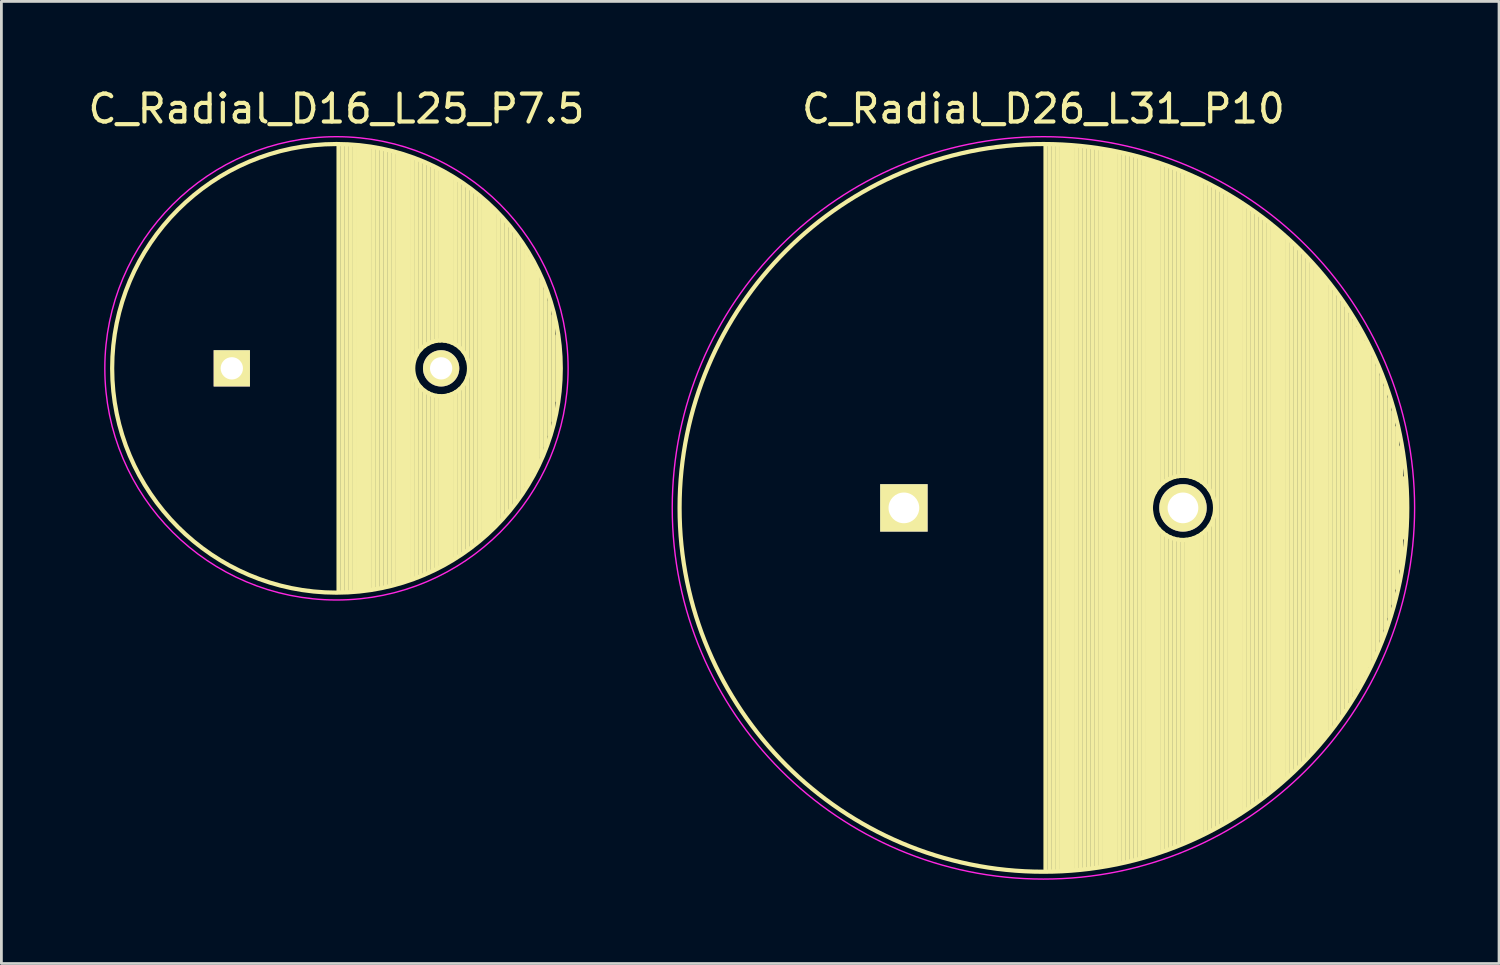
<source format=kicad_pcb>
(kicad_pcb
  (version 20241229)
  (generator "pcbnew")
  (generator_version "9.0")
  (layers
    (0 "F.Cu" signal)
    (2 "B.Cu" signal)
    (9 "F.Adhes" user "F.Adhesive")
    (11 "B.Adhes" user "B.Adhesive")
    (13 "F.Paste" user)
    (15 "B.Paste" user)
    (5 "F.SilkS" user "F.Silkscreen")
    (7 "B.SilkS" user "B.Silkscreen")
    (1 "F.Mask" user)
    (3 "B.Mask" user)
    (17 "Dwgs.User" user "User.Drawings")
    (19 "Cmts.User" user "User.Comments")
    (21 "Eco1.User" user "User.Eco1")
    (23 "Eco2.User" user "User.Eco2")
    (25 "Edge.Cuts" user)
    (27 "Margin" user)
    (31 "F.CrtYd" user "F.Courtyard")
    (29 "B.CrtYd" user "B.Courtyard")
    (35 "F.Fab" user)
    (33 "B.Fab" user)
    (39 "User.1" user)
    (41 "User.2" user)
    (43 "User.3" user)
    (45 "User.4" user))
  (footprint "C_Radial_D26_L31_P10"
    (layer "F.Cu")
    (at 29.337 15.148)
    (property "Reference" "C_Radial_D26_L31_P10" (at 5 -14.3 0) (layer "F.SilkS") (effects (font (size 1 1) (thickness 0.15))))
    (attr through_hole)
    (fp_line (start 5.075 -13) (end 5.075 13) (stroke (width 0.15) (type solid)) (layer "F.SilkS"))
    (fp_line (start 5.215 -12.998) (end 5.215 12.998) (stroke (width 0.15) (type solid)) (layer "F.SilkS"))
    (fp_line (start 5.355 -12.995) (end 5.355 12.995) (stroke (width 0.15) (type solid)) (layer "F.SilkS"))
    (fp_line (start 5.495 -12.991) (end 5.495 12.991) (stroke (width 0.15) (type solid)) (layer "F.SilkS"))
    (fp_line (start 5.635 -12.984) (end 5.635 12.984) (stroke (width 0.15) (type solid)) (layer "F.SilkS"))
    (fp_line (start 5.775 -12.977) (end 5.775 12.977) (stroke (width 0.15) (type solid)) (layer "F.SilkS"))
    (fp_line (start 5.915 -12.968) (end 5.915 12.968) (stroke (width 0.15) (type solid)) (layer "F.SilkS"))
    (fp_line (start 6.055 -12.957) (end 6.055 12.957) (stroke (width 0.15) (type solid)) (layer "F.SilkS"))
    (fp_line (start 6.195 -12.945) (end 6.195 12.945) (stroke (width 0.15) (type solid)) (layer "F.SilkS"))
    (fp_line (start 6.335 -12.931) (end 6.335 12.931) (stroke (width 0.15) (type solid)) (layer "F.SilkS"))
    (fp_line (start 6.475 -12.916) (end 6.475 12.916) (stroke (width 0.15) (type solid)) (layer "F.SilkS"))
    (fp_line (start 6.615 -12.899) (end 6.615 12.899) (stroke (width 0.15) (type solid)) (layer "F.SilkS"))
    (fp_line (start 6.755 -12.881) (end 6.755 12.881) (stroke (width 0.15) (type solid)) (layer "F.SilkS"))
    (fp_line (start 6.895 -12.861) (end 6.895 12.861) (stroke (width 0.15) (type solid)) (layer "F.SilkS"))
    (fp_line (start 7.035 -12.84) (end 7.035 12.84) (stroke (width 0.15) (type solid)) (layer "F.SilkS"))
    (fp_line (start 7.175 -12.817) (end 7.175 12.817) (stroke (width 0.15) (type solid)) (layer "F.SilkS"))
    (fp_line (start 7.315 -12.792) (end 7.315 12.792) (stroke (width 0.15) (type solid)) (layer "F.SilkS"))
    (fp_line (start 7.455 -12.766) (end 7.455 12.766) (stroke (width 0.15) (type solid)) (layer "F.SilkS"))
    (fp_line (start 7.595 -12.738) (end 7.595 12.738) (stroke (width 0.15) (type solid)) (layer "F.SilkS"))
    (fp_line (start 7.735 -12.709) (end 7.735 12.709) (stroke (width 0.15) (type solid)) (layer "F.SilkS"))
    (fp_line (start 7.875 -12.678) (end 7.875 12.678) (stroke (width 0.15) (type solid)) (layer "F.SilkS"))
    (fp_line (start 8.015 -12.646) (end 8.015 12.646) (stroke (width 0.15) (type solid)) (layer "F.SilkS"))
    (fp_line (start 8.155 -12.611) (end 8.155 12.611) (stroke (width 0.15) (type solid)) (layer "F.SilkS"))
    (fp_line (start 8.295 -12.575) (end 8.295 12.575) (stroke (width 0.15) (type solid)) (layer "F.SilkS"))
    (fp_line (start 8.435 -12.538) (end 8.435 12.538) (stroke (width 0.15) (type solid)) (layer "F.SilkS"))
    (fp_line (start 8.575 -12.499) (end 8.575 12.499) (stroke (width 0.15) (type solid)) (layer "F.SilkS"))
    (fp_line (start 8.715 -12.458) (end 8.715 12.458) (stroke (width 0.15) (type solid)) (layer "F.SilkS"))
    (fp_line (start 8.855 -12.415) (end 8.855 -0.107) (stroke (width 0.15) (type solid)) (layer "F.SilkS"))
    (fp_line (start 8.855 0.107) (end 8.855 12.415) (stroke (width 0.15) (type solid)) (layer "F.SilkS"))
    (fp_line (start 8.995 -12.371) (end 8.995 -0.559) (stroke (width 0.15) (type solid)) (layer "F.SilkS"))
    (fp_line (start 8.995 0.559) (end 8.995 12.371) (stroke (width 0.15) (type solid)) (layer "F.SilkS"))
    (fp_line (start 9.135 -12.325) (end 9.135 -0.758) (stroke (width 0.15) (type solid)) (layer "F.SilkS"))
    (fp_line (start 9.135 0.758) (end 9.135 12.325) (stroke (width 0.15) (type solid)) (layer "F.SilkS"))
    (fp_line (start 9.275 -12.277) (end 9.275 -0.893) (stroke (width 0.15) (type solid)) (layer "F.SilkS"))
    (fp_line (start 9.275 0.893) (end 9.275 12.277) (stroke (width 0.15) (type solid)) (layer "F.SilkS"))
    (fp_line (start 9.415 -12.227) (end 9.415 -0.99) (stroke (width 0.15) (type solid)) (layer "F.SilkS"))
    (fp_line (start 9.415 0.99) (end 9.415 12.227) (stroke (width 0.15) (type solid)) (layer "F.SilkS"))
    (fp_line (start 9.555 -12.176) (end 9.555 -1.06) (stroke (width 0.15) (type solid)) (layer "F.SilkS"))
    (fp_line (start 9.555 1.06) (end 9.555 12.176) (stroke (width 0.15) (type solid)) (layer "F.SilkS"))
    (fp_line (start 9.695 -12.123) (end 9.695 -1.109) (stroke (width 0.15) (type solid)) (layer "F.SilkS"))
    (fp_line (start 9.695 1.109) (end 9.695 12.123) (stroke (width 0.15) (type solid)) (layer "F.SilkS"))
    (fp_line (start 9.835 -12.067) (end 9.835 -1.138) (stroke (width 0.15) (type solid)) (layer "F.SilkS"))
    (fp_line (start 9.835 1.138) (end 9.835 12.067) (stroke (width 0.15) (type solid)) (layer "F.SilkS"))
    (fp_line (start 9.975 -12.01) (end 9.975 -1.15) (stroke (width 0.15) (type solid)) (layer "F.SilkS"))
    (fp_line (start 9.975 1.15) (end 9.975 12.01) (stroke (width 0.15) (type solid)) (layer "F.SilkS"))
    (fp_line (start 10.115 -11.951) (end 10.115 -1.144) (stroke (width 0.15) (type solid)) (layer "F.SilkS"))
    (fp_line (start 10.115 1.144) (end 10.115 11.951) (stroke (width 0.15) (type solid)) (layer "F.SilkS"))
    (fp_line (start 10.255 -11.891) (end 10.255 -1.121) (stroke (width 0.15) (type solid)) (layer "F.SilkS"))
    (fp_line (start 10.255 1.121) (end 10.255 11.891) (stroke (width 0.15) (type solid)) (layer "F.SilkS"))
    (fp_line (start 10.395 -11.828) (end 10.395 -1.08) (stroke (width 0.15) (type solid)) (layer "F.SilkS"))
    (fp_line (start 10.395 1.08) (end 10.395 11.828) (stroke (width 0.15) (type solid)) (layer "F.SilkS"))
    (fp_line (start 10.535 -11.763) (end 10.535 -1.018) (stroke (width 0.15) (type solid)) (layer "F.SilkS"))
    (fp_line (start 10.535 1.018) (end 10.535 11.763) (stroke (width 0.15) (type solid)) (layer "F.SilkS"))
    (fp_line (start 10.675 -11.696) (end 10.675 -0.931) (stroke (width 0.15) (type solid)) (layer "F.SilkS"))
    (fp_line (start 10.675 0.931) (end 10.675 11.696) (stroke (width 0.15) (type solid)) (layer "F.SilkS"))
    (fp_line (start 10.815 -11.627) (end 10.815 -0.811) (stroke (width 0.15) (type solid)) (layer "F.SilkS"))
    (fp_line (start 10.815 0.811) (end 10.815 11.627) (stroke (width 0.15) (type solid)) (layer "F.SilkS"))
    (fp_line (start 10.955 -11.556) (end 10.955 -0.641) (stroke (width 0.15) (type solid)) (layer "F.SilkS"))
    (fp_line (start 10.955 0.641) (end 10.955 11.556) (stroke (width 0.15) (type solid)) (layer "F.SilkS"))
    (fp_line (start 11.095 -11.483) (end 11.095 -0.351) (stroke (width 0.15) (type solid)) (layer "F.SilkS"))
    (fp_line (start 11.095 0.351) (end 11.095 11.483) (stroke (width 0.15) (type solid)) (layer "F.SilkS"))
    (fp_line (start 11.235 -11.407) (end 11.235 11.407) (stroke (width 0.15) (type solid)) (layer "F.SilkS"))
    (fp_line (start 11.375 -11.33) (end 11.375 11.33) (stroke (width 0.15) (type solid)) (layer "F.SilkS"))
    (fp_line (start 11.515 -11.25) (end 11.515 11.25) (stroke (width 0.15) (type solid)) (layer "F.SilkS"))
    (fp_line (start 11.655 -11.167) (end 11.655 11.167) (stroke (width 0.15) (type solid)) (layer "F.SilkS"))
    (fp_line (start 11.795 -11.083) (end 11.795 11.083) (stroke (width 0.15) (type solid)) (layer "F.SilkS"))
    (fp_line (start 11.935 -10.996) (end 11.935 10.996) (stroke (width 0.15) (type solid)) (layer "F.SilkS"))
    (fp_line (start 12.075 -10.906) (end 12.075 10.906) (stroke (width 0.15) (type solid)) (layer "F.SilkS"))
    (fp_line (start 12.215 -10.814) (end 12.215 10.814) (stroke (width 0.15) (type solid)) (layer "F.SilkS"))
    (fp_line (start 12.355 -10.719) (end 12.355 10.719) (stroke (width 0.15) (type solid)) (layer "F.SilkS"))
    (fp_line (start 12.495 -10.622) (end 12.495 10.622) (stroke (width 0.15) (type solid)) (layer "F.SilkS"))
    (fp_line (start 12.635 -10.522) (end 12.635 10.522) (stroke (width 0.15) (type solid)) (layer "F.SilkS"))
    (fp_line (start 12.775 -10.419) (end 12.775 10.419) (stroke (width 0.15) (type solid)) (layer "F.SilkS"))
    (fp_line (start 12.915 -10.313) (end 12.915 10.313) (stroke (width 0.15) (type solid)) (layer "F.SilkS"))
    (fp_line (start 13.055 -10.204) (end 13.055 10.204) (stroke (width 0.15) (type solid)) (layer "F.SilkS"))
    (fp_line (start 13.195 -10.092) (end 13.195 10.092) (stroke (width 0.15) (type solid)) (layer "F.SilkS"))
    (fp_line (start 13.335 -9.976) (end 13.335 9.976) (stroke (width 0.15) (type solid)) (layer "F.SilkS"))
    (fp_line (start 13.475 -9.858) (end 13.475 9.858) (stroke (width 0.15) (type solid)) (layer "F.SilkS"))
    (fp_line (start 13.615 -9.736) (end 13.615 9.736) (stroke (width 0.15) (type solid)) (layer "F.SilkS"))
    (fp_line (start 13.755 -9.61) (end 13.755 9.61) (stroke (width 0.15) (type solid)) (layer "F.SilkS"))
    (fp_line (start 13.895 -9.48) (end 13.895 9.48) (stroke (width 0.15) (type solid)) (layer "F.SilkS"))
    (fp_line (start 14.035 -9.347) (end 14.035 9.347) (stroke (width 0.15) (type solid)) (layer "F.SilkS"))
    (fp_line (start 14.175 -9.21) (end 14.175 9.21) (stroke (width 0.15) (type solid)) (layer "F.SilkS"))
    (fp_line (start 14.315 -9.068) (end 14.315 9.068) (stroke (width 0.15) (type solid)) (layer "F.SilkS"))
    (fp_line (start 14.455 -8.922) (end 14.455 8.922) (stroke (width 0.15) (type solid)) (layer "F.SilkS"))
    (fp_line (start 14.595 -8.771) (end 14.595 8.771) (stroke (width 0.15) (type solid)) (layer "F.SilkS"))
    (fp_line (start 14.735 -8.616) (end 14.735 8.616) (stroke (width 0.15) (type solid)) (layer "F.SilkS"))
    (fp_line (start 14.875 -8.455) (end 14.875 8.455) (stroke (width 0.15) (type solid)) (layer "F.SilkS"))
    (fp_line (start 15.015 -8.289) (end 15.015 8.289) (stroke (width 0.15) (type solid)) (layer "F.SilkS"))
    (fp_line (start 15.155 -8.116) (end 15.155 8.116) (stroke (width 0.15) (type solid)) (layer "F.SilkS"))
    (fp_line (start 15.295 -7.938) (end 15.295 7.938) (stroke (width 0.15) (type solid)) (layer "F.SilkS"))
    (fp_line (start 15.435 -7.753) (end 15.435 7.753) (stroke (width 0.15) (type solid)) (layer "F.SilkS"))
    (fp_line (start 15.575 -7.561) (end 15.575 7.561) (stroke (width 0.15) (type solid)) (layer "F.SilkS"))
    (fp_line (start 15.715 -7.361) (end 15.715 7.361) (stroke (width 0.15) (type solid)) (layer "F.SilkS"))
    (fp_line (start 15.855 -7.153) (end 15.855 7.153) (stroke (width 0.15) (type solid)) (layer "F.SilkS"))
    (fp_line (start 15.995 -6.936) (end 15.995 6.936) (stroke (width 0.15) (type solid)) (layer "F.SilkS"))
    (fp_line (start 16.135 -6.709) (end 16.135 6.709) (stroke (width 0.15) (type solid)) (layer "F.SilkS"))
    (fp_line (start 16.275 -6.471) (end 16.275 6.471) (stroke (width 0.15) (type solid)) (layer "F.SilkS"))
    (fp_line (start 16.415 -6.221) (end 16.415 6.221) (stroke (width 0.15) (type solid)) (layer "F.SilkS"))
    (fp_line (start 16.555 -5.957) (end 16.555 5.957) (stroke (width 0.15) (type solid)) (layer "F.SilkS"))
    (fp_line (start 16.695 -5.677) (end 16.695 5.677) (stroke (width 0.15) (type solid)) (layer "F.SilkS"))
    (fp_line (start 16.835 -5.379) (end 16.835 5.379) (stroke (width 0.15) (type solid)) (layer "F.SilkS"))
    (fp_line (start 16.975 -5.06) (end 16.975 5.06) (stroke (width 0.15) (type solid)) (layer "F.SilkS"))
    (fp_line (start 17.115 -4.715) (end 17.115 4.715) (stroke (width 0.15) (type solid)) (layer "F.SilkS"))
    (fp_line (start 17.255 -4.338) (end 17.255 4.338) (stroke (width 0.15) (type solid)) (layer "F.SilkS"))
    (fp_line (start 17.395 -3.92) (end 17.395 3.92) (stroke (width 0.15) (type solid)) (layer "F.SilkS"))
    (fp_line (start 17.535 -3.446) (end 17.535 3.446) (stroke (width 0.15) (type solid)) (layer "F.SilkS"))
    (fp_line (start 17.675 -2.889) (end 17.675 2.889) (stroke (width 0.15) (type solid)) (layer "F.SilkS"))
    (fp_line (start 17.815 -2.185) (end 17.815 2.185) (stroke (width 0.15) (type solid)) (layer "F.SilkS"))
    (fp_line (start 17.955 -1.081) (end 17.955 1.081) (stroke (width 0.15) (type solid)) (layer "F.SilkS"))
    (fp_circle (center 5 0) (end 5 -13.037) (stroke (width 0.15) (type solid)) (fill no) (layer "F.SilkS"))
    (fp_circle (center 10 0) (end 10 -1.15) (stroke (width 0.15) (type solid)) (fill no) (layer "F.SilkS"))
    (fp_circle (center 5 0) (end 5 -13.3) (stroke (width 0.05) (type solid)) (fill no) (layer "F.CrtYd"))
    (pad "1" thru_hole rect (at 0 0) (size 1.7 1.7) (drill 1.1) (layers "*.Cu" "*.Mask" "F.SilkS"))
    (pad "2" thru_hole circle (at 10 0) (size 1.7 1.7) (drill 1.1) (layers "*.Cu" "*.Mask" "F.SilkS")))
  (footprint "C_Radial_D16_L25_P7.5"
    (layer "F.Cu")
    (at 5.256 10.148)
    (property "Reference" "C_Radial_D16_L25_P7.5" (at 3.75 -9.3 0) (layer "F.SilkS") (effects (font (size 1 1) (thickness 0.15))))
    (attr through_hole)
    (fp_line (start 3.825 -8) (end 3.825 8) (stroke (width 0.15) (type solid)) (layer "F.SilkS"))
    (fp_line (start 3.965 -7.997) (end 3.965 7.997) (stroke (width 0.15) (type solid)) (layer "F.SilkS"))
    (fp_line (start 4.105 -7.992) (end 4.105 7.992) (stroke (width 0.15) (type solid)) (layer "F.SilkS"))
    (fp_line (start 4.245 -7.985) (end 4.245 7.985) (stroke (width 0.15) (type solid)) (layer "F.SilkS"))
    (fp_line (start 4.385 -7.975) (end 4.385 7.975) (stroke (width 0.15) (type solid)) (layer "F.SilkS"))
    (fp_line (start 4.525 -7.962) (end 4.525 7.962) (stroke (width 0.15) (type solid)) (layer "F.SilkS"))
    (fp_line (start 4.665 -7.948) (end 4.665 7.948) (stroke (width 0.15) (type solid)) (layer "F.SilkS"))
    (fp_line (start 4.805 -7.93) (end 4.805 7.93) (stroke (width 0.15) (type solid)) (layer "F.SilkS"))
    (fp_line (start 4.945 -7.91) (end 4.945 7.91) (stroke (width 0.15) (type solid)) (layer "F.SilkS"))
    (fp_line (start 5.085 -7.888) (end 5.085 7.888) (stroke (width 0.15) (type solid)) (layer "F.SilkS"))
    (fp_line (start 5.225 -7.863) (end 5.225 7.863) (stroke (width 0.15) (type solid)) (layer "F.SilkS"))
    (fp_line (start 5.365 -7.835) (end 5.365 7.835) (stroke (width 0.15) (type solid)) (layer "F.SilkS"))
    (fp_line (start 5.505 -7.805) (end 5.505 7.805) (stroke (width 0.15) (type solid)) (layer "F.SilkS"))
    (fp_line (start 5.645 -7.772) (end 5.645 7.772) (stroke (width 0.15) (type solid)) (layer "F.SilkS"))
    (fp_line (start 5.785 -7.737) (end 5.785 7.737) (stroke (width 0.15) (type solid)) (layer "F.SilkS"))
    (fp_line (start 5.925 -7.699) (end 5.925 7.699) (stroke (width 0.15) (type solid)) (layer "F.SilkS"))
    (fp_line (start 6.065 -7.658) (end 6.065 7.658) (stroke (width 0.15) (type solid)) (layer "F.SilkS"))
    (fp_line (start 6.205 -7.614) (end 6.205 7.614) (stroke (width 0.15) (type solid)) (layer "F.SilkS"))
    (fp_line (start 6.345 -7.567) (end 6.345 7.567) (stroke (width 0.15) (type solid)) (layer "F.SilkS"))
    (fp_line (start 6.485 -7.518) (end 6.485 7.518) (stroke (width 0.15) (type solid)) (layer "F.SilkS"))
    (fp_line (start 6.625 -7.466) (end 6.625 -0.484) (stroke (width 0.15) (type solid)) (layer "F.SilkS"))
    (fp_line (start 6.625 0.484) (end 6.625 7.466) (stroke (width 0.15) (type solid)) (layer "F.SilkS"))
    (fp_line (start 6.765 -7.41) (end 6.765 -0.678) (stroke (width 0.15) (type solid)) (layer "F.SilkS"))
    (fp_line (start 6.765 0.678) (end 6.765 7.41) (stroke (width 0.15) (type solid)) (layer "F.SilkS"))
    (fp_line (start 6.905 -7.352) (end 6.905 -0.804) (stroke (width 0.15) (type solid)) (layer "F.SilkS"))
    (fp_line (start 6.905 0.804) (end 6.905 7.352) (stroke (width 0.15) (type solid)) (layer "F.SilkS"))
    (fp_line (start 7.045 -7.29) (end 7.045 -0.89) (stroke (width 0.15) (type solid)) (layer "F.SilkS"))
    (fp_line (start 7.045 0.89) (end 7.045 7.29) (stroke (width 0.15) (type solid)) (layer "F.SilkS"))
    (fp_line (start 7.185 -7.225) (end 7.185 -0.949) (stroke (width 0.15) (type solid)) (layer "F.SilkS"))
    (fp_line (start 7.185 0.949) (end 7.185 7.225) (stroke (width 0.15) (type solid)) (layer "F.SilkS"))
    (fp_line (start 7.325 -7.157) (end 7.325 -0.985) (stroke (width 0.15) (type solid)) (layer "F.SilkS"))
    (fp_line (start 7.325 0.985) (end 7.325 7.157) (stroke (width 0.15) (type solid)) (layer "F.SilkS"))
    (fp_line (start 7.465 -7.085) (end 7.465 -0.999) (stroke (width 0.15) (type solid)) (layer "F.SilkS"))
    (fp_line (start 7.465 0.999) (end 7.465 7.085) (stroke (width 0.15) (type solid)) (layer "F.SilkS"))
    (fp_line (start 7.605 -7.01) (end 7.605 -0.994) (stroke (width 0.15) (type solid)) (layer "F.SilkS"))
    (fp_line (start 7.605 0.994) (end 7.605 7.01) (stroke (width 0.15) (type solid)) (layer "F.SilkS"))
    (fp_line (start 7.745 -6.931) (end 7.745 -0.97) (stroke (width 0.15) (type solid)) (layer "F.SilkS"))
    (fp_line (start 7.745 0.97) (end 7.745 6.931) (stroke (width 0.15) (type solid)) (layer "F.SilkS"))
    (fp_line (start 7.885 -6.848) (end 7.885 -0.923) (stroke (width 0.15) (type solid)) (layer "F.SilkS"))
    (fp_line (start 7.885 0.923) (end 7.885 6.848) (stroke (width 0.15) (type solid)) (layer "F.SilkS"))
    (fp_line (start 8.025 -6.762) (end 8.025 -0.851) (stroke (width 0.15) (type solid)) (layer "F.SilkS"))
    (fp_line (start 8.025 0.851) (end 8.025 6.762) (stroke (width 0.15) (type solid)) (layer "F.SilkS"))
    (fp_line (start 8.165 -6.671) (end 8.165 -0.747) (stroke (width 0.15) (type solid)) (layer "F.SilkS"))
    (fp_line (start 8.165 0.747) (end 8.165 6.671) (stroke (width 0.15) (type solid)) (layer "F.SilkS"))
    (fp_line (start 8.305 -6.577) (end 8.305 -0.593) (stroke (width 0.15) (type solid)) (layer "F.SilkS"))
    (fp_line (start 8.305 0.593) (end 8.305 6.577) (stroke (width 0.15) (type solid)) (layer "F.SilkS"))
    (fp_line (start 8.445 -6.477) (end 8.445 -0.327) (stroke (width 0.15) (type solid)) (layer "F.SilkS"))
    (fp_line (start 8.445 0.327) (end 8.445 6.477) (stroke (width 0.15) (type solid)) (layer "F.SilkS"))
    (fp_line (start 8.585 -6.374) (end 8.585 6.374) (stroke (width 0.15) (type solid)) (layer "F.SilkS"))
    (fp_line (start 8.725 -6.265) (end 8.725 6.265) (stroke (width 0.15) (type solid)) (layer "F.SilkS"))
    (fp_line (start 8.865 -6.151) (end 8.865 6.151) (stroke (width 0.15) (type solid)) (layer "F.SilkS"))
    (fp_line (start 9.005 -6.032) (end 9.005 6.032) (stroke (width 0.15) (type solid)) (layer "F.SilkS"))
    (fp_line (start 9.145 -5.907) (end 9.145 5.907) (stroke (width 0.15) (type solid)) (layer "F.SilkS"))
    (fp_line (start 9.285 -5.776) (end 9.285 5.776) (stroke (width 0.15) (type solid)) (layer "F.SilkS"))
    (fp_line (start 9.425 -5.639) (end 9.425 5.639) (stroke (width 0.15) (type solid)) (layer "F.SilkS"))
    (fp_line (start 9.565 -5.494) (end 9.565 5.494) (stroke (width 0.15) (type solid)) (layer "F.SilkS"))
    (fp_line (start 9.705 -5.342) (end 9.705 5.342) (stroke (width 0.15) (type solid)) (layer "F.SilkS"))
    (fp_line (start 9.845 -5.182) (end 9.845 5.182) (stroke (width 0.15) (type solid)) (layer "F.SilkS"))
    (fp_line (start 9.985 -5.012) (end 9.985 5.012) (stroke (width 0.15) (type solid)) (layer "F.SilkS"))
    (fp_line (start 10.125 -4.833) (end 10.125 4.833) (stroke (width 0.15) (type solid)) (layer "F.SilkS"))
    (fp_line (start 10.265 -4.643) (end 10.265 4.643) (stroke (width 0.15) (type solid)) (layer "F.SilkS"))
    (fp_line (start 10.405 -4.44) (end 10.405 4.44) (stroke (width 0.15) (type solid)) (layer "F.SilkS"))
    (fp_line (start 10.545 -4.222) (end 10.545 4.222) (stroke (width 0.15) (type solid)) (layer "F.SilkS"))
    (fp_line (start 10.685 -3.988) (end 10.685 3.988) (stroke (width 0.15) (type solid)) (layer "F.SilkS"))
    (fp_line (start 10.825 -3.734) (end 10.825 3.734) (stroke (width 0.15) (type solid)) (layer "F.SilkS"))
    (fp_line (start 10.965 -3.456) (end 10.965 3.456) (stroke (width 0.15) (type solid)) (layer "F.SilkS"))
    (fp_line (start 11.105 -3.147) (end 11.105 3.147) (stroke (width 0.15) (type solid)) (layer "F.SilkS"))
    (fp_line (start 11.245 -2.797) (end 11.245 2.797) (stroke (width 0.15) (type solid)) (layer "F.SilkS"))
    (fp_line (start 11.385 -2.389) (end 11.385 2.389) (stroke (width 0.15) (type solid)) (layer "F.SilkS"))
    (fp_line (start 11.525 -1.884) (end 11.525 1.884) (stroke (width 0.15) (type solid)) (layer "F.SilkS"))
    (fp_line (start 11.665 -1.163) (end 11.665 1.163) (stroke (width 0.15) (type solid)) (layer "F.SilkS"))
    (fp_circle (center 3.75 0) (end 3.75 -8.037) (stroke (width 0.15) (type solid)) (fill no) (layer "F.SilkS"))
    (fp_circle (center 7.5 0) (end 7.5 -1) (stroke (width 0.15) (type solid)) (fill no) (layer "F.SilkS"))
    (fp_circle (center 3.75 0) (end 3.75 -8.3) (stroke (width 0.05) (type solid)) (fill no) (layer "F.CrtYd"))
    (pad "1" thru_hole rect (at 0 0) (size 1.3 1.3) (drill 0.8) (layers "*.Cu" "*.Mask" "F.SilkS"))
    (pad "2" thru_hole circle (at 7.5 0) (size 1.3 1.3) (drill 0.8) (layers "*.Cu" "*.Mask" "F.SilkS")))
  (gr_rect
    (start -3 -3)
    (end 50.662 31.473)
    (stroke (width 0.1) (type default))
    (fill no)
    (layer "Edge.Cuts")))
</source>
